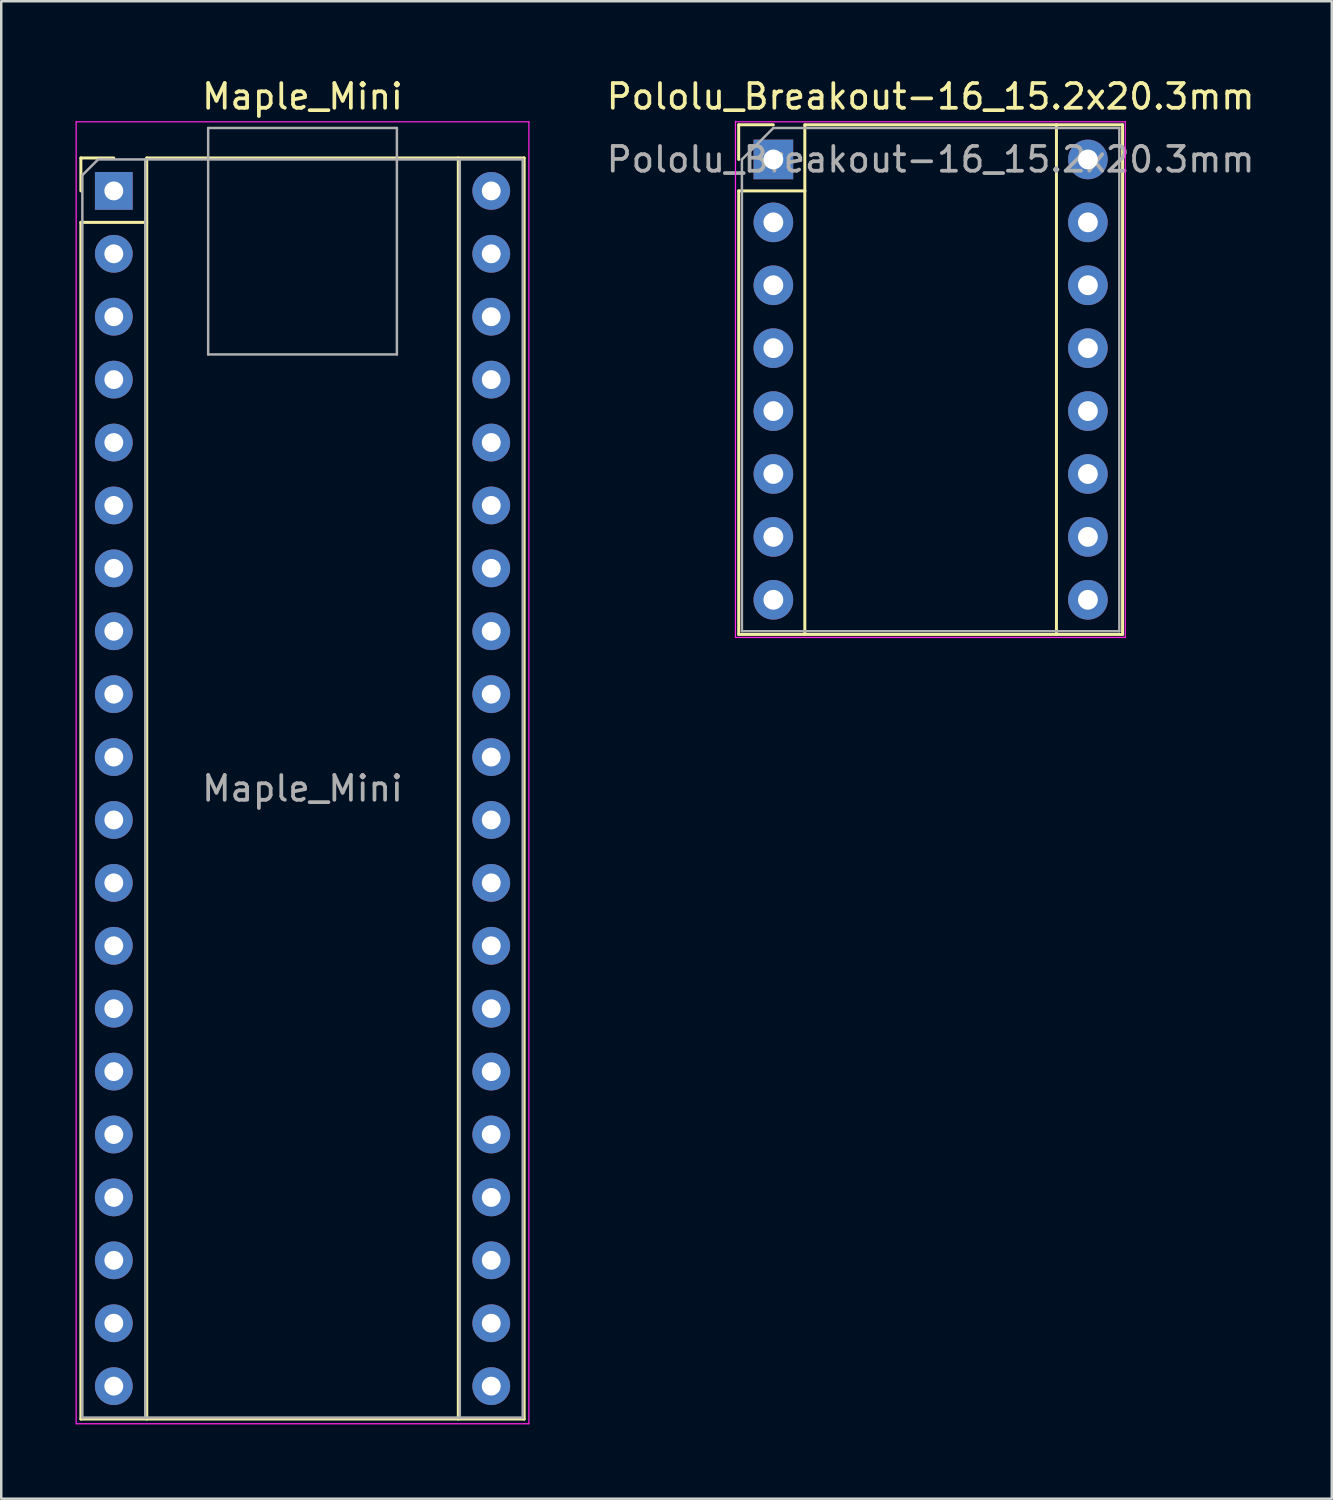
<source format=kicad_pcb>
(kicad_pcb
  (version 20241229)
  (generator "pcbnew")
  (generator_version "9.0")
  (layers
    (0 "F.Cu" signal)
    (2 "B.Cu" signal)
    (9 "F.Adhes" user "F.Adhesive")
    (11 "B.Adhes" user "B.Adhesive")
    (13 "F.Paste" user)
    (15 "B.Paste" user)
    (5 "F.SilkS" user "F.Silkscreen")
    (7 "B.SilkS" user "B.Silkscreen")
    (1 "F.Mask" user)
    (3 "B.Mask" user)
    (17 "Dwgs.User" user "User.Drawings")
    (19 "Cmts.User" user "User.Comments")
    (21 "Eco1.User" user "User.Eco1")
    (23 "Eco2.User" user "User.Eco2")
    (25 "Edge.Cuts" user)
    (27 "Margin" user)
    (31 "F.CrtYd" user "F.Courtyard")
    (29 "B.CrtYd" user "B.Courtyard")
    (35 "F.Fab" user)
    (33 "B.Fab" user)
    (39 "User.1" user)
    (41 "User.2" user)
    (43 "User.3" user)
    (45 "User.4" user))
  (footprint "Maple_Mini"
    (layer "F.Cu")
    (at 1.545 4.658)
    (property "Reference" "Maple_Mini" (at 7.62 -3.81 0) (layer "F.SilkS") (effects (font (size 1 1) (thickness 0.15))))
    (attr through_hole)
    (fp_line (start -1.33 -1.33) (end -1.33 0) (stroke (width 0.12) (type solid)) (layer "F.SilkS"))
    (fp_line (start -1.33 1.27) (end 1.33 1.27) (stroke (width 0.12) (type solid)) (layer "F.SilkS"))
    (fp_line (start -1.33 49.59) (end -1.33 1.27) (stroke (width 0.12) (type solid)) (layer "F.SilkS"))
    (fp_line (start 0 -1.33) (end -1.33 -1.33) (stroke (width 0.12) (type solid)) (layer "F.SilkS"))
    (fp_line (start 1.33 -1.33) (end 1.33 49.59) (stroke (width 0.12) (type solid)) (layer "F.SilkS"))
    (fp_line (start 1.33 -1.33) (end 16.57 -1.33) (stroke (width 0.12) (type solid)) (layer "F.SilkS"))
    (fp_line (start 13.91 49.59) (end 13.91 -1.33) (stroke (width 0.12) (type solid)) (layer "F.SilkS"))
    (fp_line (start 16.57 -1.33) (end 16.57 49.59) (stroke (width 0.12) (type solid)) (layer "F.SilkS"))
    (fp_line (start 16.57 49.59) (end -1.33 49.59) (stroke (width 0.12) (type solid)) (layer "F.SilkS"))
    (fp_line (start -1.52 -2.79) (end 16.76 -2.79) (stroke (width 0.05) (type solid)) (layer "F.CrtYd"))
    (fp_line (start -1.52 49.78) (end -1.52 -2.79) (stroke (width 0.05) (type solid)) (layer "F.CrtYd"))
    (fp_line (start 16.76 -2.79) (end 16.76 49.78) (stroke (width 0.05) (type solid)) (layer "F.CrtYd"))
    (fp_line (start 16.76 49.78) (end -1.52 49.78) (stroke (width 0.05) (type solid)) (layer "F.CrtYd"))
    (fp_line (start -1.27 -0.635) (end -0.635 -1.27) (stroke (width 0.1) (type solid)) (layer "F.Fab"))
    (fp_line (start -1.27 49.53) (end -1.27 -0.635) (stroke (width 0.1) (type solid)) (layer "F.Fab"))
    (fp_line (start -0.635 -1.27) (end 16.51 -1.27) (stroke (width 0.1) (type solid)) (layer "F.Fab"))
    (fp_line (start 1.27 -1.27) (end 1.27 49.53) (stroke (width 0.1) (type solid)) (layer "F.Fab"))
    (fp_line (start 3.81 -2.54) (end 11.43 -2.54) (stroke (width 0.1) (type solid)) (layer "F.Fab"))
    (fp_line (start 3.81 6.604) (end 3.81 -2.54) (stroke (width 0.1) (type solid)) (layer "F.Fab"))
    (fp_line (start 3.81 6.604) (end 11.43 6.604) (stroke (width 0.1) (type solid)) (layer "F.Fab"))
    (fp_line (start 11.43 -2.54) (end 11.43 6.604) (stroke (width 0.1) (type solid)) (layer "F.Fab"))
    (fp_line (start 13.97 -1.27) (end 13.97 49.53) (stroke (width 0.1) (type solid)) (layer "F.Fab"))
    (fp_line (start 16.51 -1.27) (end 16.51 49.53) (stroke (width 0.1) (type solid)) (layer "F.Fab"))
    (fp_line (start 16.51 49.53) (end -1.27 49.53) (stroke (width 0.1) (type solid)) (layer "F.Fab"))
    (fp_text user "${REFERENCE}" (at 7.62 24.13 0) (layer "F.Fab") (effects (font (size 1 1) (thickness 0.15))))
    (pad "1" thru_hole rect (at 0 0) (size 1.524 1.524) (drill 0.762) (layers "*.Cu" "*.Mask"))
    (pad "2" thru_hole circle (at 0 2.54) (size 1.524 1.524) (drill 0.762) (layers "*.Cu" "*.Mask"))
    (pad "3" thru_hole circle (at 0 5.08) (size 1.524 1.524) (drill 0.762) (layers "*.Cu" "*.Mask"))
    (pad "4" thru_hole circle (at 0 7.62) (size 1.524 1.524) (drill 0.762) (layers "*.Cu" "*.Mask"))
    (pad "5" thru_hole circle (at 0 10.16) (size 1.524 1.524) (drill 0.762) (layers "*.Cu" "*.Mask"))
    (pad "6" thru_hole circle (at 0 12.7) (size 1.524 1.524) (drill 0.762) (layers "*.Cu" "*.Mask"))
    (pad "7" thru_hole circle (at 0 15.24) (size 1.524 1.524) (drill 0.762) (layers "*.Cu" "*.Mask"))
    (pad "8" thru_hole circle (at 0 17.78) (size 1.524 1.524) (drill 0.762) (layers "*.Cu" "*.Mask"))
    (pad "9" thru_hole circle (at 0 20.32) (size 1.524 1.524) (drill 0.762) (layers "*.Cu" "*.Mask"))
    (pad "10" thru_hole circle (at 0 22.86) (size 1.524 1.524) (drill 0.762) (layers "*.Cu" "*.Mask"))
    (pad "11" thru_hole circle (at 0 25.4) (size 1.524 1.524) (drill 0.762) (layers "*.Cu" "*.Mask"))
    (pad "12" thru_hole circle (at 0 27.94) (size 1.524 1.524) (drill 0.762) (layers "*.Cu" "*.Mask"))
    (pad "13" thru_hole circle (at 0 30.48) (size 1.524 1.524) (drill 0.762) (layers "*.Cu" "*.Mask"))
    (pad "14" thru_hole circle (at 0 33.02) (size 1.524 1.524) (drill 0.762) (layers "*.Cu" "*.Mask"))
    (pad "15" thru_hole circle (at 0 35.56) (size 1.524 1.524) (drill 0.762) (layers "*.Cu" "*.Mask"))
    (pad "16" thru_hole circle (at 0 38.1) (size 1.524 1.524) (drill 0.762) (layers "*.Cu" "*.Mask"))
    (pad "17" thru_hole circle (at 0 40.64) (size 1.524 1.524) (drill 0.762) (layers "*.Cu" "*.Mask"))
    (pad "18" thru_hole circle (at 0 43.18) (size 1.524 1.524) (drill 0.762) (layers "*.Cu" "*.Mask"))
    (pad "19" thru_hole circle (at 0 45.72) (size 1.524 1.524) (drill 0.762) (layers "*.Cu" "*.Mask"))
    (pad "20" thru_hole circle (at 0 48.26) (size 1.524 1.524) (drill 0.762) (layers "*.Cu" "*.Mask"))
    (pad "21" thru_hole circle (at 15.24 48.26) (size 1.524 1.524) (drill 0.762) (layers "*.Cu" "*.Mask"))
    (pad "22" thru_hole circle (at 15.24 45.72) (size 1.524 1.524) (drill 0.762) (layers "*.Cu" "*.Mask"))
    (pad "23" thru_hole circle (at 15.24 43.18) (size 1.524 1.524) (drill 0.762) (layers "*.Cu" "*.Mask"))
    (pad "24" thru_hole circle (at 15.24 40.64) (size 1.524 1.524) (drill 0.762) (layers "*.Cu" "*.Mask"))
    (pad "25" thru_hole circle (at 15.24 38.1) (size 1.524 1.524) (drill 0.762) (layers "*.Cu" "*.Mask"))
    (pad "26" thru_hole circle (at 15.24 35.56) (size 1.524 1.524) (drill 0.762) (layers "*.Cu" "*.Mask"))
    (pad "27" thru_hole circle (at 15.24 33.02) (size 1.524 1.524) (drill 0.762) (layers "*.Cu" "*.Mask"))
    (pad "28" thru_hole circle (at 15.24 30.48) (size 1.524 1.524) (drill 0.762) (layers "*.Cu" "*.Mask"))
    (pad "29" thru_hole circle (at 15.24 27.94) (size 1.524 1.524) (drill 0.762) (layers "*.Cu" "*.Mask"))
    (pad "30" thru_hole circle (at 15.24 25.4) (size 1.524 1.524) (drill 0.762) (layers "*.Cu" "*.Mask"))
    (pad "31" thru_hole circle (at 15.24 22.86) (size 1.524 1.524) (drill 0.762) (layers "*.Cu" "*.Mask"))
    (pad "32" thru_hole circle (at 15.24 20.32) (size 1.524 1.524) (drill 0.762) (layers "*.Cu" "*.Mask"))
    (pad "33" thru_hole circle (at 15.24 17.78) (size 1.524 1.524) (drill 0.762) (layers "*.Cu" "*.Mask"))
    (pad "34" thru_hole circle (at 15.24 15.24) (size 1.524 1.524) (drill 0.762) (layers "*.Cu" "*.Mask"))
    (pad "35" thru_hole circle (at 15.24 12.7) (size 1.524 1.524) (drill 0.762) (layers "*.Cu" "*.Mask"))
    (pad "36" thru_hole circle (at 15.24 10.16) (size 1.524 1.524) (drill 0.762) (layers "*.Cu" "*.Mask"))
    (pad "37" thru_hole circle (at 15.24 7.62) (size 1.524 1.524) (drill 0.762) (layers "*.Cu" "*.Mask"))
    (pad "38" thru_hole circle (at 15.24 5.08) (size 1.524 1.524) (drill 0.762) (layers "*.Cu" "*.Mask"))
    (pad "39" thru_hole circle (at 15.24 2.54) (size 1.524 1.524) (drill 0.762) (layers "*.Cu" "*.Mask"))
    (pad "40" thru_hole circle (at 15.24 0) (size 1.524 1.524) (drill 0.762) (layers "*.Cu" "*.Mask")))
  (footprint "Pololu_Breakout-16_15.2x20.3mm"
    (layer "F.Cu")
    (at 28.176 3.388)
    (property "Reference" "Pololu_Breakout-16_15.2x20.3mm" (at 6.35 -2.54 0) (layer "F.SilkS") (effects (font (size 1 1) (thickness 0.15))))
    (attr through_hole)
    (fp_line (start -1.4 -1.4) (end -1.4 0) (stroke (width 0.12) (type solid)) (layer "F.SilkS"))
    (fp_line (start -1.4 1.27) (end -1.4 19.18) (stroke (width 0.12) (type solid)) (layer "F.SilkS"))
    (fp_line (start -1.4 19.18) (end 14.1 19.18) (stroke (width 0.12) (type solid)) (layer "F.SilkS"))
    (fp_line (start 0 -1.4) (end -1.4 -1.4) (stroke (width 0.12) (type solid)) (layer "F.SilkS"))
    (fp_line (start 1.27 -1.4) (end 1.27 1.27) (stroke (width 0.12) (type solid)) (layer "F.SilkS"))
    (fp_line (start 1.27 1.27) (end -1.4 1.27) (stroke (width 0.12) (type solid)) (layer "F.SilkS"))
    (fp_line (start 1.27 1.27) (end 1.27 19.18) (stroke (width 0.12) (type solid)) (layer "F.SilkS"))
    (fp_line (start 11.43 -1.4) (end 11.43 19.18) (stroke (width 0.12) (type solid)) (layer "F.SilkS"))
    (fp_line (start 14.1 -1.4) (end 1.27 -1.4) (stroke (width 0.12) (type solid)) (layer "F.SilkS"))
    (fp_line (start 14.1 19.18) (end 14.1 -1.4) (stroke (width 0.12) (type solid)) (layer "F.SilkS"))
    (fp_line (start -1.53 -1.52) (end -1.53 19.3) (stroke (width 0.05) (type solid)) (layer "F.CrtYd"))
    (fp_line (start -1.53 -1.52) (end 14.21 -1.52) (stroke (width 0.05) (type solid)) (layer "F.CrtYd"))
    (fp_line (start 14.21 19.3) (end -1.53 19.3) (stroke (width 0.05) (type solid)) (layer "F.CrtYd"))
    (fp_line (start 14.21 19.3) (end 14.21 -1.52) (stroke (width 0.05) (type solid)) (layer "F.CrtYd"))
    (fp_line (start -1.27 0) (end 0 -1.27) (stroke (width 0.1) (type solid)) (layer "F.Fab"))
    (fp_line (start -1.27 19.05) (end -1.27 0) (stroke (width 0.1) (type solid)) (layer "F.Fab"))
    (fp_line (start 0 -1.27) (end 13.97 -1.27) (stroke (width 0.1) (type solid)) (layer "F.Fab"))
    (fp_line (start 13.97 -1.27) (end 13.97 19.05) (stroke (width 0.1) (type solid)) (layer "F.Fab"))
    (fp_line (start 13.97 19.05) (end -1.27 19.05) (stroke (width 0.1) (type solid)) (layer "F.Fab"))
    (fp_text user "${REFERENCE}" (at 6.35 0 0) (layer "F.Fab") (effects (font (size 1 1) (thickness 0.15))))
    (pad "1" thru_hole rect (at 0 0) (size 1.6 1.6) (drill 0.8) (layers "*.Cu" "*.Mask"))
    (pad "2" thru_hole oval (at 0 2.54) (size 1.6 1.6) (drill 0.8) (layers "*.Cu" "*.Mask"))
    (pad "3" thru_hole oval (at 0 5.08) (size 1.6 1.6) (drill 0.8) (layers "*.Cu" "*.Mask"))
    (pad "4" thru_hole oval (at 0 7.62) (size 1.6 1.6) (drill 0.8) (layers "*.Cu" "*.Mask"))
    (pad "5" thru_hole oval (at 0 10.16) (size 1.6 1.6) (drill 0.8) (layers "*.Cu" "*.Mask"))
    (pad "6" thru_hole oval (at 0 12.7) (size 1.6 1.6) (drill 0.8) (layers "*.Cu" "*.Mask"))
    (pad "7" thru_hole oval (at 0 15.24) (size 1.6 1.6) (drill 0.8) (layers "*.Cu" "*.Mask"))
    (pad "8" thru_hole oval (at 0 17.78) (size 1.6 1.6) (drill 0.8) (layers "*.Cu" "*.Mask"))
    (pad "9" thru_hole oval (at 12.7 17.78) (size 1.6 1.6) (drill 0.8) (layers "*.Cu" "*.Mask"))
    (pad "10" thru_hole oval (at 12.7 15.24) (size 1.6 1.6) (drill 0.8) (layers "*.Cu" "*.Mask"))
    (pad "11" thru_hole oval (at 12.7 12.7) (size 1.6 1.6) (drill 0.8) (layers "*.Cu" "*.Mask"))
    (pad "12" thru_hole oval (at 12.7 10.16) (size 1.6 1.6) (drill 0.8) (layers "*.Cu" "*.Mask"))
    (pad "13" thru_hole oval (at 12.7 7.62) (size 1.6 1.6) (drill 0.8) (layers "*.Cu" "*.Mask"))
    (pad "14" thru_hole oval (at 12.7 5.08) (size 1.6 1.6) (drill 0.8) (layers "*.Cu" "*.Mask"))
    (pad "15" thru_hole oval (at 12.7 2.54) (size 1.6 1.6) (drill 0.8) (layers "*.Cu" "*.Mask"))
    (pad "16" thru_hole oval (at 12.7 0) (size 1.6 1.6) (drill 0.8) (layers "*.Cu" "*.Mask")))
  (gr_rect
    (start -3 -3)
    (end 50.723 57.463)
    (stroke (width 0.1) (type default))
    (fill no)
    (layer "Edge.Cuts")))
</source>
